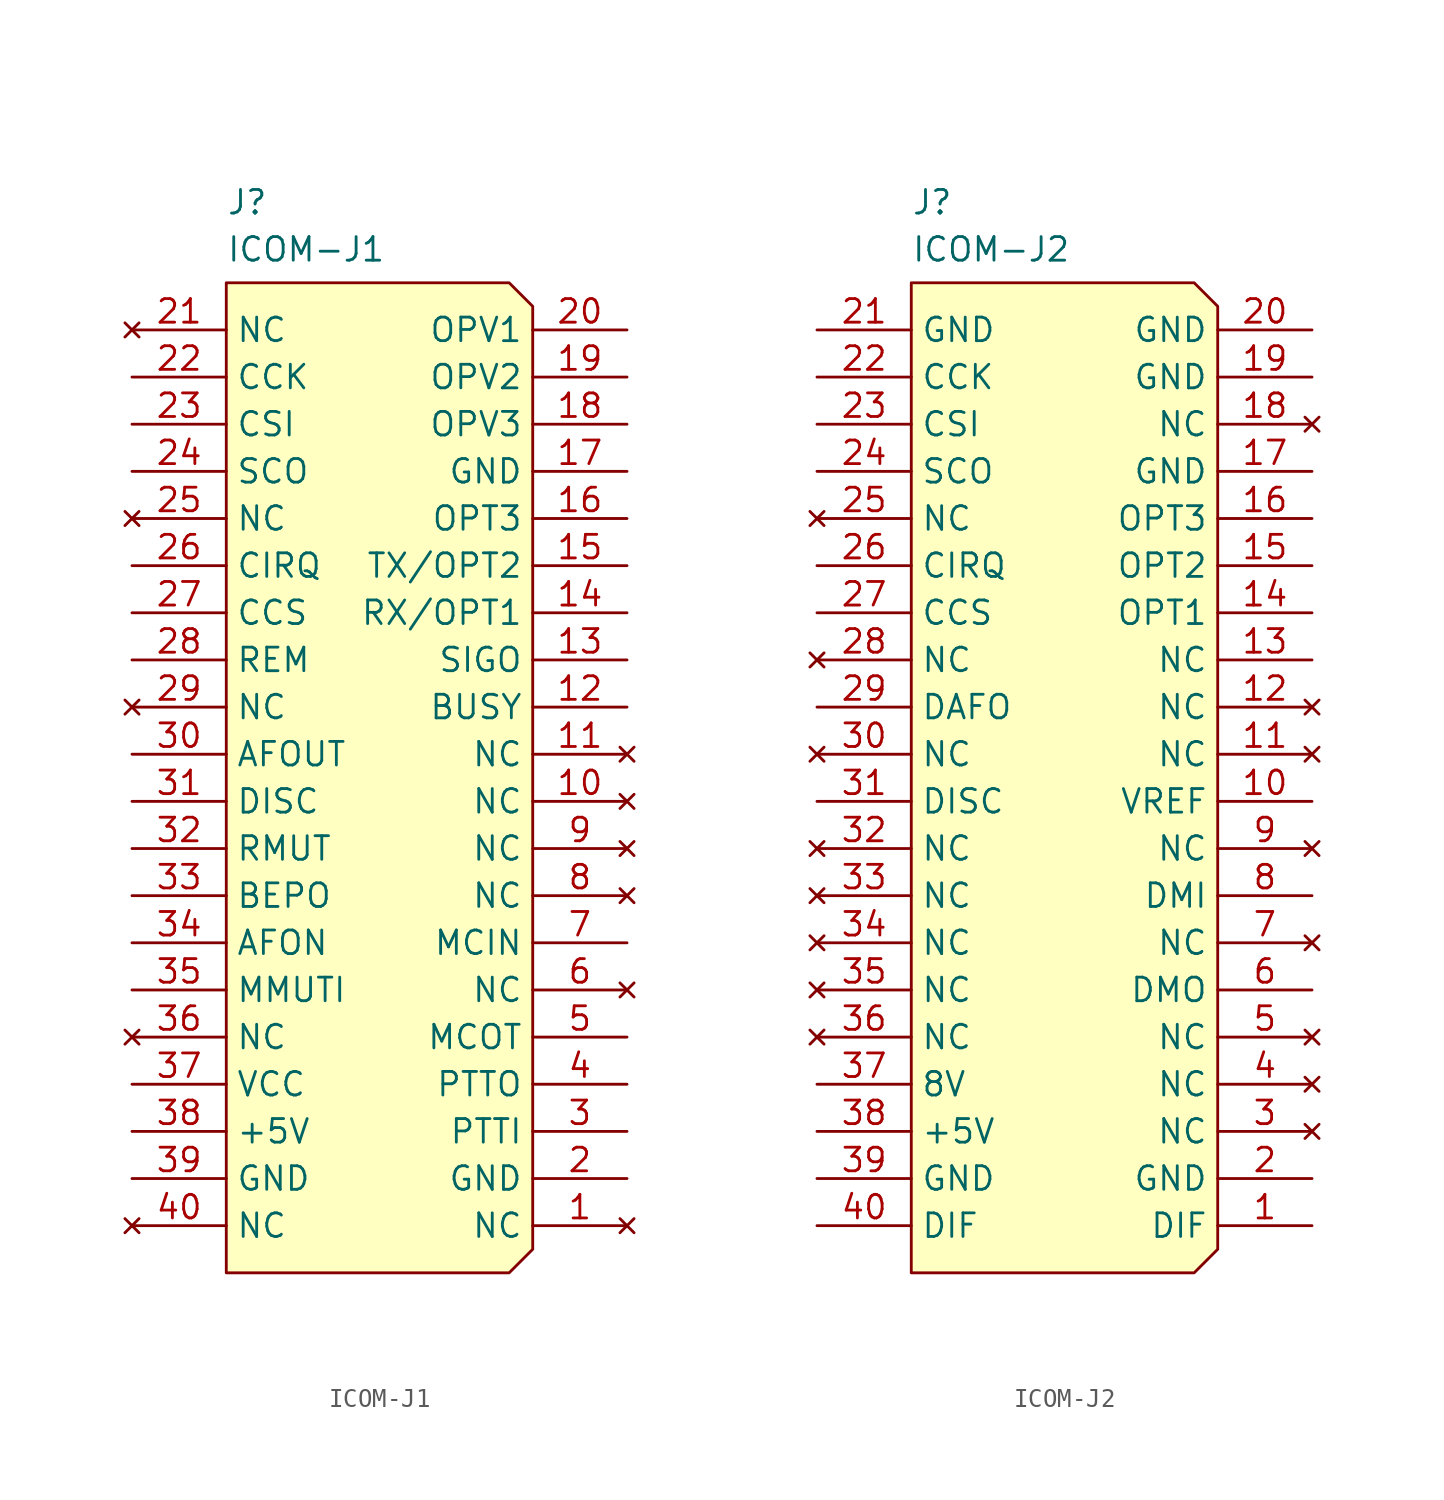
<source format=kicad_sym>
(kicad_symbol_lib
  (version 20231120)
  (generator "kicad_symbol_editor")
  (generator_version "8.0")
  (symbol "ICOM-J1"
    (property "Reference" "J"
      (at 5.08 7.62 0)
      (effects (font (size 1.27 1.27)) (justify left top)))
    (property "Value" "ICOM-J1"
      (at 5.08 5.08 0)
      (effects (font (size 1.27 1.27)) (justify left top)))
    (symbol "ICOM-J1_1_1"
      (polyline (pts (xy 5.08 -50.8) (xy 5.08 2.54) (xy 20.32 2.54) (xy 21.59 1.27) (xy 21.59 -49.53) (xy 20.32 -50.8) (xy 5.08 -50.8)) (stroke (width 0) (type default)) (fill (type background)))
      (pin no_connect line (at 26.67 -48.26 180) (length 5.08) (name "NC" (effects (font (size 1.27 1.27)))) (number "1" (effects (font (size 1.27 1.27)))))
      (pin no_connect line (at 26.67 -25.4 180) (length 5.08) (name "NC" (effects (font (size 1.27 1.27)))) (number "10" (effects (font (size 1.27 1.27)))))
      (pin no_connect line (at 26.67 -22.86 180) (length 5.08) (name "NC" (effects (font (size 1.27 1.27)))) (number "11" (effects (font (size 1.27 1.27)))))
      (pin passive line (at 26.67 -20.32 180) (length 5.08) (name "BUSY" (effects (font (size 1.27 1.27)))) (number "12" (effects (font (size 1.27 1.27)))))
      (pin passive line (at 26.67 -17.78 180) (length 5.08) (name "SIGO" (effects (font (size 1.27 1.27)))) (number "13" (effects (font (size 1.27 1.27)))))
      (pin passive line (at 26.67 -15.24 180) (length 5.08) (name "RX/OPT1" (effects (font (size 1.27 1.27)))) (number "14" (effects (font (size 1.27 1.27)))))
      (pin passive line (at 26.67 -12.7 180) (length 5.08) (name "TX/OPT2" (effects (font (size 1.27 1.27)))) (number "15" (effects (font (size 1.27 1.27)))))
      (pin passive line (at 26.67 -10.16 180) (length 5.08) (name "OPT3" (effects (font (size 1.27 1.27)))) (number "16" (effects (font (size 1.27 1.27)))))
      (pin passive line (at 26.67 -7.62 180) (length 5.08) (name "GND" (effects (font (size 1.27 1.27)))) (number "17" (effects (font (size 1.27 1.27)))))
      (pin passive line (at 26.67 -5.08 180) (length 5.08) (name "OPV3" (effects (font (size 1.27 1.27)))) (number "18" (effects (font (size 1.27 1.27)))))
      (pin passive line (at 26.67 -2.54 180) (length 5.08) (name "OPV2" (effects (font (size 1.27 1.27)))) (number "19" (effects (font (size 1.27 1.27)))))
      (pin passive line (at 26.67 -45.72 180) (length 5.08) (name "GND" (effects (font (size 1.27 1.27)))) (number "2" (effects (font (size 1.27 1.27)))))
      (pin passive line (at 26.67 0 180) (length 5.08) (name "OPV1" (effects (font (size 1.27 1.27)))) (number "20" (effects (font (size 1.27 1.27)))))
      (pin no_connect line (at 0 0 0) (length 5.08) (name "NC" (effects (font (size 1.27 1.27)))) (number "21" (effects (font (size 1.27 1.27)))))
      (pin passive line (at 0 -2.54 0) (length 5.08) (name "CCK" (effects (font (size 1.27 1.27)))) (number "22" (effects (font (size 1.27 1.27)))))
      (pin passive line (at 0 -5.08 0) (length 5.08) (name "CSI" (effects (font (size 1.27 1.27)))) (number "23" (effects (font (size 1.27 1.27)))))
      (pin passive line (at 0 -7.62 0) (length 5.08) (name "SCO" (effects (font (size 1.27 1.27)))) (number "24" (effects (font (size 1.27 1.27)))))
      (pin no_connect line (at 0 -10.16 0) (length 5.08) (name "NC" (effects (font (size 1.27 1.27)))) (number "25" (effects (font (size 1.27 1.27)))))
      (pin passive line (at 0 -12.7 0) (length 5.08) (name "CIRQ" (effects (font (size 1.27 1.27)))) (number "26" (effects (font (size 1.27 1.27)))))
      (pin passive line (at 0 -15.24 0) (length 5.08) (name "CCS" (effects (font (size 1.27 1.27)))) (number "27" (effects (font (size 1.27 1.27)))))
      (pin passive line (at 0 -17.78 0) (length 5.08) (name "REM" (effects (font (size 1.27 1.27)))) (number "28" (effects (font (size 1.27 1.27)))))
      (pin no_connect line (at 0 -20.32 0) (length 5.08) (name "NC" (effects (font (size 1.27 1.27)))) (number "29" (effects (font (size 1.27 1.27)))))
      (pin passive line (at 26.67 -43.18 180) (length 5.08) (name "PTTI" (effects (font (size 1.27 1.27)))) (number "3" (effects (font (size 1.27 1.27)))))
      (pin passive line (at 0 -22.86 0) (length 5.08) (name "AFOUT" (effects (font (size 1.27 1.27)))) (number "30" (effects (font (size 1.27 1.27)))))
      (pin passive line (at 0 -25.4 0) (length 5.08) (name "DISC" (effects (font (size 1.27 1.27)))) (number "31" (effects (font (size 1.27 1.27)))))
      (pin passive line (at 0 -27.94 0) (length 5.08) (name "RMUT" (effects (font (size 1.27 1.27)))) (number "32" (effects (font (size 1.27 1.27)))))
      (pin passive line (at 0 -30.48 0) (length 5.08) (name "BEPO" (effects (font (size 1.27 1.27)))) (number "33" (effects (font (size 1.27 1.27)))))
      (pin passive line (at 0 -33.02 0) (length 5.08) (name "AFON" (effects (font (size 1.27 1.27)))) (number "34" (effects (font (size 1.27 1.27)))))
      (pin passive line (at 0 -35.56 0) (length 5.08) (name "MMUTI" (effects (font (size 1.27 1.27)))) (number "35" (effects (font (size 1.27 1.27)))))
      (pin no_connect line (at 0 -38.1 0) (length 5.08) (name "NC" (effects (font (size 1.27 1.27)))) (number "36" (effects (font (size 1.27 1.27)))))
      (pin passive line (at 0 -40.64 0) (length 5.08) (name "VCC" (effects (font (size 1.27 1.27)))) (number "37" (effects (font (size 1.27 1.27)))))
      (pin passive line (at 0 -43.18 0) (length 5.08) (name "+5V" (effects (font (size 1.27 1.27)))) (number "38" (effects (font (size 1.27 1.27)))))
      (pin passive line (at 0 -45.72 0) (length 5.08) (name "GND" (effects (font (size 1.27 1.27)))) (number "39" (effects (font (size 1.27 1.27)))))
      (pin passive line (at 26.67 -40.64 180) (length 5.08) (name "PTTO" (effects (font (size 1.27 1.27)))) (number "4" (effects (font (size 1.27 1.27)))))
      (pin no_connect line (at 0 -48.26 0) (length 5.08) (name "NC" (effects (font (size 1.27 1.27)))) (number "40" (effects (font (size 1.27 1.27)))))
      (pin passive line (at 26.67 -38.1 180) (length 5.08) (name "MCOT" (effects (font (size 1.27 1.27)))) (number "5" (effects (font (size 1.27 1.27)))))
      (pin no_connect line (at 26.67 -35.56 180) (length 5.08) (name "NC" (effects (font (size 1.27 1.27)))) (number "6" (effects (font (size 1.27 1.27)))))
      (pin passive line (at 26.67 -33.02 180) (length 5.08) (name "MCIN" (effects (font (size 1.27 1.27)))) (number "7" (effects (font (size 1.27 1.27)))))
      (pin no_connect line (at 26.67 -30.48 180) (length 5.08) (name "NC" (effects (font (size 1.27 1.27)))) (number "8" (effects (font (size 1.27 1.27)))))
      (pin no_connect line (at 26.67 -27.94 180) (length 5.08) (name "NC" (effects (font (size 1.27 1.27)))) (number "9" (effects (font (size 1.27 1.27)))))))
  (symbol "ICOM-J2"
    (property "Reference" "J"
      (at 5.08 7.62 0)
      (effects (font (size 1.27 1.27)) (justify left top)))
    (property "Value" "ICOM-J2"
      (at 5.08 5.08 0)
      (effects (font (size 1.27 1.27)) (justify left top)))
    (symbol "ICOM-J2_1_1"
      (polyline (pts (xy 5.08 -50.8) (xy 5.08 2.54) (xy 20.32 2.54) (xy 21.59 1.27) (xy 21.59 -49.53) (xy 20.32 -50.8) (xy 5.08 -50.8)) (stroke (width 0) (type default)) (fill (type background)))
      (pin passive line (at 26.67 -48.26 180) (length 5.08) (name "DIF" (effects (font (size 1.27 1.27)))) (number "1" (effects (font (size 1.27 1.27)))))
      (pin passive line (at 26.67 -25.4 180) (length 5.08) (name "VREF" (effects (font (size 1.27 1.27)))) (number "10" (effects (font (size 1.27 1.27)))))
      (pin no_connect line (at 26.67 -22.86 180) (length 5.08) (name "NC" (effects (font (size 1.27 1.27)))) (number "11" (effects (font (size 1.27 1.27)))))
      (pin no_connect line (at 26.67 -20.32 180) (length 5.08) (name "NC" (effects (font (size 1.27 1.27)))) (number "12" (effects (font (size 1.27 1.27)))))
      (pin passive line (at 26.67 -17.78 180) (length 5.08) (name "NC" (effects (font (size 1.27 1.27)))) (number "13" (effects (font (size 1.27 1.27)))))
      (pin passive line (at 26.67 -15.24 180) (length 5.08) (name "OPT1" (effects (font (size 1.27 1.27)))) (number "14" (effects (font (size 1.27 1.27)))))
      (pin passive line (at 26.67 -12.7 180) (length 5.08) (name "OPT2" (effects (font (size 1.27 1.27)))) (number "15" (effects (font (size 1.27 1.27)))))
      (pin passive line (at 26.67 -10.16 180) (length 5.08) (name "OPT3" (effects (font (size 1.27 1.27)))) (number "16" (effects (font (size 1.27 1.27)))))
      (pin passive line (at 26.67 -7.62 180) (length 5.08) (name "GND" (effects (font (size 1.27 1.27)))) (number "17" (effects (font (size 1.27 1.27)))))
      (pin no_connect line (at 26.67 -5.08 180) (length 5.08) (name "NC" (effects (font (size 1.27 1.27)))) (number "18" (effects (font (size 1.27 1.27)))))
      (pin passive line (at 26.67 -2.54 180) (length 5.08) (name "GND" (effects (font (size 1.27 1.27)))) (number "19" (effects (font (size 1.27 1.27)))))
      (pin passive line (at 26.67 -45.72 180) (length 5.08) (name "GND" (effects (font (size 1.27 1.27)))) (number "2" (effects (font (size 1.27 1.27)))))
      (pin passive line (at 26.67 0 180) (length 5.08) (name "GND" (effects (font (size 1.27 1.27)))) (number "20" (effects (font (size 1.27 1.27)))))
      (pin passive line (at 0 0 0) (length 5.08) (name "GND" (effects (font (size 1.27 1.27)))) (number "21" (effects (font (size 1.27 1.27)))))
      (pin passive line (at 0 -2.54 0) (length 5.08) (name "CCK" (effects (font (size 1.27 1.27)))) (number "22" (effects (font (size 1.27 1.27)))))
      (pin passive line (at 0 -5.08 0) (length 5.08) (name "CSI" (effects (font (size 1.27 1.27)))) (number "23" (effects (font (size 1.27 1.27)))))
      (pin passive line (at 0 -7.62 0) (length 5.08) (name "SCO" (effects (font (size 1.27 1.27)))) (number "24" (effects (font (size 1.27 1.27)))))
      (pin no_connect line (at 0 -10.16 0) (length 5.08) (name "NC" (effects (font (size 1.27 1.27)))) (number "25" (effects (font (size 1.27 1.27)))))
      (pin passive line (at 0 -12.7 0) (length 5.08) (name "CIRQ" (effects (font (size 1.27 1.27)))) (number "26" (effects (font (size 1.27 1.27)))))
      (pin passive line (at 0 -15.24 0) (length 5.08) (name "CCS" (effects (font (size 1.27 1.27)))) (number "27" (effects (font (size 1.27 1.27)))))
      (pin no_connect line (at 0 -17.78 0) (length 5.08) (name "NC" (effects (font (size 1.27 1.27)))) (number "28" (effects (font (size 1.27 1.27)))))
      (pin passive line (at 0 -20.32 0) (length 5.08) (name "DAFO" (effects (font (size 1.27 1.27)))) (number "29" (effects (font (size 1.27 1.27)))))
      (pin no_connect line (at 26.67 -43.18 180) (length 5.08) (name "NC" (effects (font (size 1.27 1.27)))) (number "3" (effects (font (size 1.27 1.27)))))
      (pin no_connect line (at 0 -22.86 0) (length 5.08) (name "NC" (effects (font (size 1.27 1.27)))) (number "30" (effects (font (size 1.27 1.27)))))
      (pin passive line (at 0 -25.4 0) (length 5.08) (name "DISC" (effects (font (size 1.27 1.27)))) (number "31" (effects (font (size 1.27 1.27)))))
      (pin no_connect line (at 0 -27.94 0) (length 5.08) (name "NC" (effects (font (size 1.27 1.27)))) (number "32" (effects (font (size 1.27 1.27)))))
      (pin no_connect line (at 0 -30.48 0) (length 5.08) (name "NC" (effects (font (size 1.27 1.27)))) (number "33" (effects (font (size 1.27 1.27)))))
      (pin no_connect line (at 0 -33.02 0) (length 5.08) (name "NC" (effects (font (size 1.27 1.27)))) (number "34" (effects (font (size 1.27 1.27)))))
      (pin no_connect line (at 0 -35.56 0) (length 5.08) (name "NC" (effects (font (size 1.27 1.27)))) (number "35" (effects (font (size 1.27 1.27)))))
      (pin no_connect line (at 0 -38.1 0) (length 5.08) (name "NC" (effects (font (size 1.27 1.27)))) (number "36" (effects (font (size 1.27 1.27)))))
      (pin passive line (at 0 -40.64 0) (length 5.08) (name "8V" (effects (font (size 1.27 1.27)))) (number "37" (effects (font (size 1.27 1.27)))))
      (pin passive line (at 0 -43.18 0) (length 5.08) (name "+5V" (effects (font (size 1.27 1.27)))) (number "38" (effects (font (size 1.27 1.27)))))
      (pin passive line (at 0 -45.72 0) (length 5.08) (name "GND" (effects (font (size 1.27 1.27)))) (number "39" (effects (font (size 1.27 1.27)))))
      (pin no_connect line (at 26.67 -40.64 180) (length 5.08) (name "NC" (effects (font (size 1.27 1.27)))) (number "4" (effects (font (size 1.27 1.27)))))
      (pin passive line (at 0 -48.26 0) (length 5.08) (name "DIF" (effects (font (size 1.27 1.27)))) (number "40" (effects (font (size 1.27 1.27)))))
      (pin no_connect line (at 26.67 -38.1 180) (length 5.08) (name "NC" (effects (font (size 1.27 1.27)))) (number "5" (effects (font (size 1.27 1.27)))))
      (pin passive line (at 26.67 -35.56 180) (length 5.08) (name "DMO" (effects (font (size 1.27 1.27)))) (number "6" (effects (font (size 1.27 1.27)))))
      (pin no_connect line (at 26.67 -33.02 180) (length 5.08) (name "NC" (effects (font (size 1.27 1.27)))) (number "7" (effects (font (size 1.27 1.27)))))
      (pin passive line (at 26.67 -30.48 180) (length 5.08) (name "DMI" (effects (font (size 1.27 1.27)))) (number "8" (effects (font (size 1.27 1.27)))))
      (pin no_connect line (at 26.67 -27.94 180) (length 5.08) (name "NC" (effects (font (size 1.27 1.27)))) (number "9" (effects (font (size 1.27 1.27))))))))
</source>
